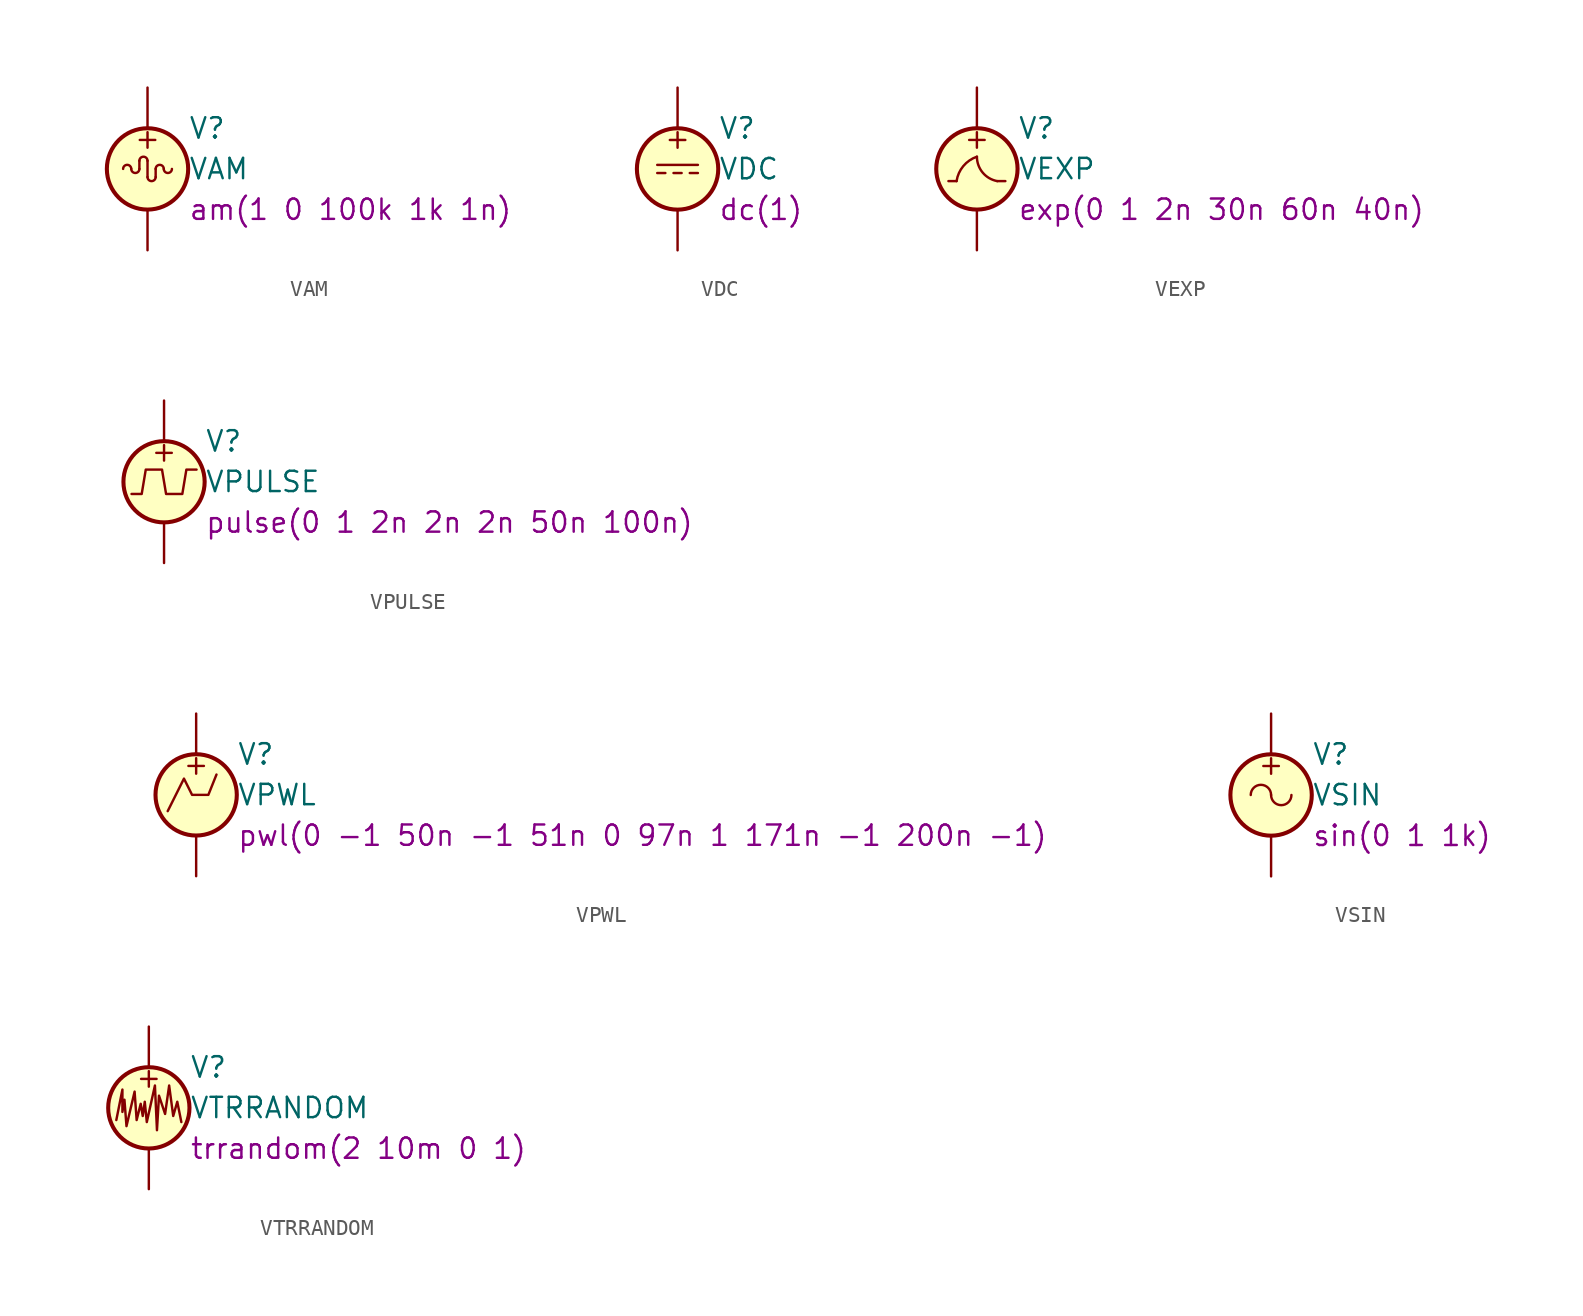
<source format=kicad_sym>
(kicad_symbol_lib
  (version 20201005)
  (generator kicad_symbol_editor)
  (symbol "VAM"
    (pin_numbers hide)
    (pin_names
      (offset 0.025))
    (property "Reference" "V"
      (at 2.54 2.54 0)
      (effects (font (size 1.27 1.27)) (justify left)))
    (property "Value" "VAM"
      (at 2.54 0 0)
      (effects (font (size 1.27 1.27)) (justify left)))
    (property "Spice_Model" "am(1 0 100k 1k 1n)"
      (at 2.54 -2.54 0)
      (effects (font (size 1.27 1.27)) (justify left)))
    (symbol "VAM_0_0"
      (arc (start 0 0.508) (end -0.508 0.508) (radius (at -0.254 0.508) (length 0.254) (angles 0.1 180)) (stroke (width 0)) (fill (type none)))
      (text "+" (at 0 1.905 0) (effects (font (size 1.27 1.27)))))
    (symbol "VAM_0_1"
      (arc (start -1.016 0) (end -1.524 0) (radius (at -1.27 0) (length 0.254) (angles 0.1 180)) (stroke (width 0)) (fill (type none)))
      (arc (start -1.016 0) (end -0.508 0) (radius (at -0.762 0) (length 0.254) (angles 180 -0.1)) (stroke (width 0)) (fill (type none)))
      (arc (start 0 -0.508) (end 0.508 -0.508) (radius (at 0.254 -0.508) (length 0.254) (angles 180 -0.1)) (stroke (width 0)) (fill (type none)))
      (arc (start 1.016 0) (end 0.508 0) (radius (at 0.762 0) (length 0.254) (angles 0.1 180)) (stroke (width 0)) (fill (type none)))
      (arc (start 1.016 0) (end 1.524 0) (radius (at 1.27 0) (length 0.254) (angles 180 -0.1)) (stroke (width 0)) (fill (type none)))
      (circle (center 0 0) (radius 2.54) (stroke (width 0.254)) (fill (type background)))
      (polyline (pts (xy -0.508 0.508) (xy -0.508 0)) (stroke (width 0)) (fill (type none)))
      (polyline (pts (xy 0 0.508) (xy 0 -0.508)) (stroke (width 0)) (fill (type none)))
      (polyline (pts (xy 0.508 -0.508) (xy 0.508 0)) (stroke (width 0)) (fill (type none))))
    (symbol "VAM_1_1"
      (pin passive line (at 0 5.08 270) (length 2.54) (name "~" (effects (font (size 1.27 1.27)))) (number "1" (effects (font (size 1.27 1.27)))))
      (pin passive line (at 0 -5.08 90) (length 2.54) (name "~" (effects (font (size 1.27 1.27)))) (number "2" (effects (font (size 1.27 1.27)))))))
  (symbol "VDC"
    (pin_numbers hide)
    (pin_names
      (offset 0.025))
    (property "Reference" "V"
      (at 2.54 2.54 0)
      (effects (font (size 1.27 1.27)) (justify left)))
    (property "Value" "VDC"
      (at 2.54 0 0)
      (effects (font (size 1.27 1.27)) (justify left)))
    (property "Spice_Model" "dc(1)"
      (at 2.54 -2.54 0)
      (effects (font (size 1.27 1.27)) (justify left)))
    (symbol "VDC_0_0"
      (text "+" (at 0 1.905 0) (effects (font (size 1.27 1.27))))
      (polyline (pts (xy -1.27 0.254) (xy 1.27 0.254)) (stroke (width 0)) (fill (type none)))
      (polyline (pts (xy -0.762 -0.254) (xy -1.27 -0.254)) (stroke (width 0)) (fill (type none)))
      (polyline (pts (xy 0.254 -0.254) (xy -0.254 -0.254)) (stroke (width 0)) (fill (type none)))
      (polyline (pts (xy 1.27 -0.254) (xy 0.762 -0.254)) (stroke (width 0)) (fill (type none))))
    (symbol "VDC_0_1"
      (circle (center 0 0) (radius 2.54) (stroke (width 0.254)) (fill (type background))))
    (symbol "VDC_1_1"
      (pin passive line (at 0 5.08 270) (length 2.54) (name "~" (effects (font (size 1.27 1.27)))) (number "1" (effects (font (size 1.27 1.27)))))
      (pin passive line (at 0 -5.08 90) (length 2.54) (name "~" (effects (font (size 1.27 1.27)))) (number "2" (effects (font (size 1.27 1.27)))))))
  (symbol "VEXP"
    (pin_numbers hide)
    (pin_names
      (offset 0.025))
    (property "Reference" "V"
      (at 2.54 2.54 0)
      (effects (font (size 1.27 1.27)) (justify left)))
    (property "Value" "VEXP"
      (at 2.54 0 0)
      (effects (font (size 1.27 1.27)) (justify left)))
    (property "Spice_Model" "exp(0 1 2n 30n 60n 40n)"
      (at 2.54 -2.54 0)
      (effects (font (size 1.27 1.27)) (justify left)))
    (symbol "VEXP_0_0"
      (arc (start 0 0.762) (end -1.27 -0.762) (radius (at 0.6096 -1.0414) (length 1.905) (angles 108.7 171.5)) (stroke (width 0)) (fill (type none)))
      (arc (start 0 0.762) (end 1.27 -0.762) (radius (at 1.5494 0.762) (length 1.5494) (angles 180 -100.4)) (stroke (width 0)) (fill (type none)))
      (text "+" (at 0 1.905 0) (effects (font (size 1.27 1.27))))
      (polyline (pts (xy -1.27 -0.762) (xy -1.778 -0.762)) (stroke (width 0)) (fill (type none)))
      (polyline (pts (xy 1.27 -0.762) (xy 1.778 -0.762)) (stroke (width 0)) (fill (type none))))
    (symbol "VEXP_0_1"
      (circle (center 0 0) (radius 2.54) (stroke (width 0.254)) (fill (type background))))
    (symbol "VEXP_1_1"
      (pin passive line (at 0 5.08 270) (length 2.54) (name "~" (effects (font (size 1.27 1.27)))) (number "1" (effects (font (size 1.27 1.27)))))
      (pin passive line (at 0 -5.08 90) (length 2.54) (name "~" (effects (font (size 1.27 1.27)))) (number "2" (effects (font (size 1.27 1.27)))))))
  (symbol "VPULSE"
    (pin_numbers hide)
    (pin_names
      (offset 0.025))
    (property "Reference" "V"
      (at 2.54 2.54 0)
      (effects (font (size 1.27 1.27)) (justify left)))
    (property "Value" "VPULSE"
      (at 2.54 0 0)
      (effects (font (size 1.27 1.27)) (justify left)))
    (property "Spice_Model" "pulse(0 1 2n 2n 2n 50n 100n)"
      (at 2.54 -2.54 0)
      (effects (font (size 1.27 1.27)) (justify left)))
    (symbol "VPULSE_0_0"
      (text "+" (at 0 1.905 0) (effects (font (size 1.27 1.27))))
      (polyline (pts (xy -2.032 -0.762) (xy -1.397 -0.762) (xy -1.143 0.762) (xy -0.127 0.762) (xy 0.127 -0.762) (xy 1.143 -0.762) (xy 1.397 0.762) (xy 2.032 0.762)) (stroke (width 0)) (fill (type none))))
    (symbol "VPULSE_0_1"
      (circle (center 0 0) (radius 2.54) (stroke (width 0.254)) (fill (type background))))
    (symbol "VPULSE_1_1"
      (pin passive line (at 0 5.08 270) (length 2.54) (name "~" (effects (font (size 1.27 1.27)))) (number "1" (effects (font (size 1.27 1.27)))))
      (pin passive line (at 0 -5.08 90) (length 2.54) (name "~" (effects (font (size 1.27 1.27)))) (number "2" (effects (font (size 1.27 1.27)))))))
  (symbol "VPWL"
    (pin_numbers hide)
    (pin_names
      (offset 0.025))
    (property "Reference" "V"
      (at 2.54 2.54 0)
      (effects (font (size 1.27 1.27)) (justify left)))
    (property "Value" "VPWL"
      (at 2.54 0 0)
      (effects (font (size 1.27 1.27)) (justify left)))
    (property "Spice_Model" "pwl(0 -1 50n -1 51n 0 97n 1 171n -1 200n -1)"
      (at 2.54 -2.54 0)
      (effects (font (size 1.27 1.27)) (justify left)))
    (symbol "VPWL_0_0"
      (text "+" (at 0 1.905 0) (effects (font (size 1.27 1.27))))
      (polyline (pts (xy -1.778 -1.016) (xy -0.762 1.016) (xy -0.254 0) (xy 0.762 0) (xy 1.27 1.27)) (stroke (width 0)) (fill (type none))))
    (symbol "VPWL_0_1"
      (circle (center 0 0) (radius 2.54) (stroke (width 0.254)) (fill (type background))))
    (symbol "VPWL_1_1"
      (pin passive line (at 0 5.08 270) (length 2.54) (name "~" (effects (font (size 1.27 1.27)))) (number "1" (effects (font (size 1.27 1.27)))))
      (pin passive line (at 0 -5.08 90) (length 2.54) (name "~" (effects (font (size 1.27 1.27)))) (number "2" (effects (font (size 1.27 1.27)))))))
  (symbol "VSIN"
    (pin_numbers hide)
    (pin_names
      (offset 0.025))
    (property "Reference" "V"
      (at 2.54 2.54 0)
      (effects (font (size 1.27 1.27)) (justify left)))
    (property "Value" "VSIN"
      (at 2.54 0 0)
      (effects (font (size 1.27 1.27)) (justify left)))
    (property "Spice_Model" "sin(0 1 1k)"
      (at 2.54 -2.54 0)
      (effects (font (size 1.27 1.27)) (justify left)))
    (symbol "VSIN_0_0"
      (arc (start 0 0) (end -1.27 0) (radius (at -0.635 0) (length 0.635) (angles 0.1 180)) (stroke (width 0)) (fill (type none)))
      (arc (start 0 0) (end 1.27 0) (radius (at 0.635 0) (length 0.635) (angles 180 -0.1)) (stroke (width 0)) (fill (type none)))
      (text "+" (at 0 1.905 0) (effects (font (size 1.27 1.27)))))
    (symbol "VSIN_0_1"
      (circle (center 0 0) (radius 2.54) (stroke (width 0.254)) (fill (type background))))
    (symbol "VSIN_1_1"
      (pin passive line (at 0 5.08 270) (length 2.54) (name "~" (effects (font (size 1.27 1.27)))) (number "1" (effects (font (size 1.27 1.27)))))
      (pin passive line (at 0 -5.08 90) (length 2.54) (name "~" (effects (font (size 1.27 1.27)))) (number "2" (effects (font (size 1.27 1.27)))))))
  (symbol "VTRRANDOM"
    (pin_numbers hide)
    (pin_names
      (offset 0.025))
    (property "Reference" "V"
      (at 2.54 2.54 0)
      (effects (font (size 1.27 1.27)) (justify left)))
    (property "Value" "VTRRANDOM"
      (at 2.54 0 0)
      (effects (font (size 1.27 1.27)) (justify left)))
    (property "Spice_Model" "trrandom(2 10m 0 1)"
      (at 2.54 -2.54 0)
      (effects (font (size 1.27 1.27)) (justify left)))
    (symbol "VTRRANDOM_0_0"
      (text "+" (at 0 1.905 0) (effects (font (size 1.27 1.27)))))
    (symbol "VTRRANDOM_0_1"
      (circle (center 0 0) (radius 2.54) (stroke (width 0.254)) (fill (type background)))
      (polyline (pts (xy -2.032 -0.762) (xy -1.651 1.143) (xy -1.651 -0.254) (xy -1.524 0.508) (xy -1.397 -1.143) (xy -0.889 1.016) (xy -0.762 -0.762) (xy -0.508 0.254) (xy -0.381 -0.508) (xy -0.254 0.381) (xy -0.127 -0.889) (xy 0.381 1.397) (xy 0.508 -1.397) (xy 0.635 0.762) (xy 1.016 -0.381) (xy 1.27 1.397) (xy 1.524 -0.508) (xy 1.778 0.381) (xy 2.032 -0.889)) (stroke (width 0)) (fill (type none))))
    (symbol "VTRRANDOM_1_1"
      (pin passive line (at 0 5.08 270) (length 2.54) (name "~" (effects (font (size 1.27 1.27)))) (number "1" (effects (font (size 1.27 1.27)))))
      (pin passive line (at 0 -5.08 90) (length 2.54) (name "~" (effects (font (size 1.27 1.27)))) (number "2" (effects (font (size 1.27 1.27))))))))
</source>
